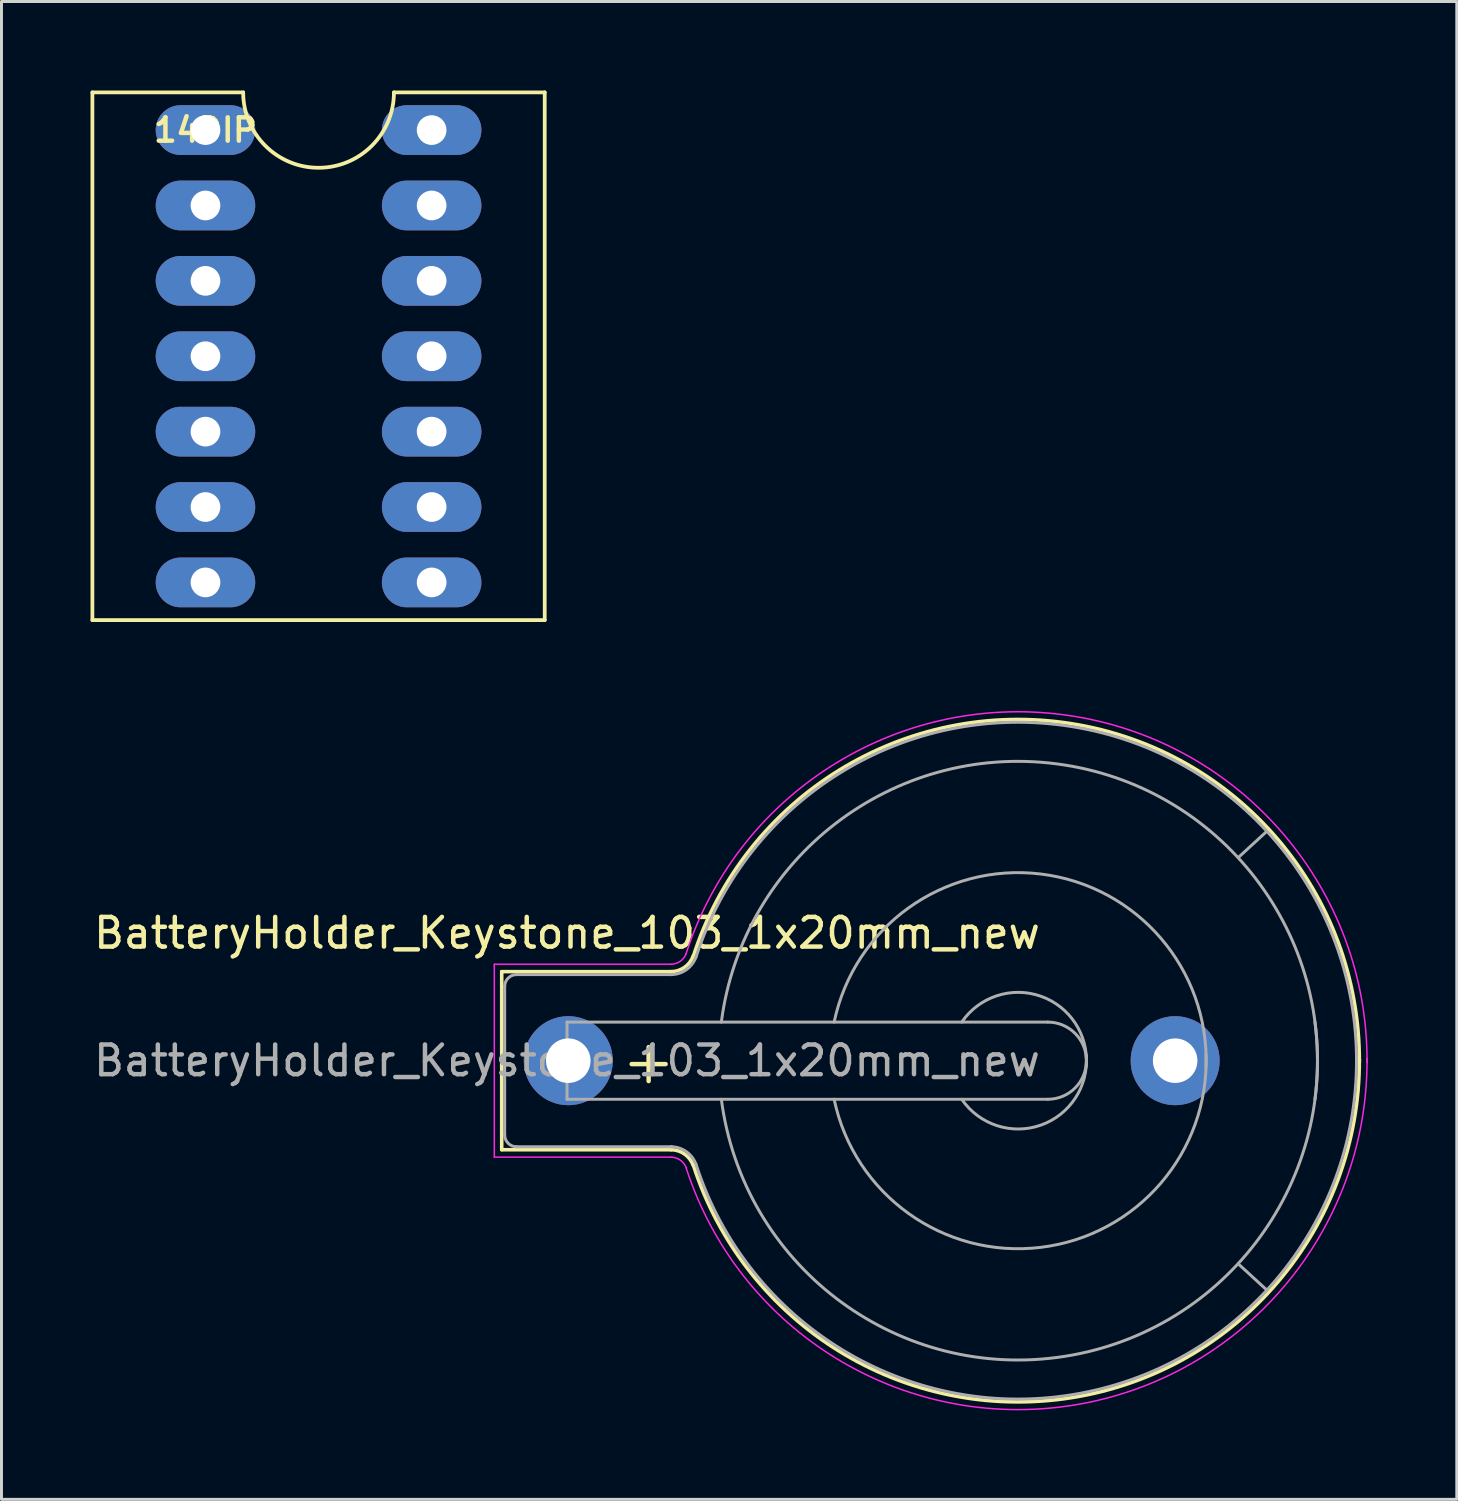
<source format=kicad_pcb>
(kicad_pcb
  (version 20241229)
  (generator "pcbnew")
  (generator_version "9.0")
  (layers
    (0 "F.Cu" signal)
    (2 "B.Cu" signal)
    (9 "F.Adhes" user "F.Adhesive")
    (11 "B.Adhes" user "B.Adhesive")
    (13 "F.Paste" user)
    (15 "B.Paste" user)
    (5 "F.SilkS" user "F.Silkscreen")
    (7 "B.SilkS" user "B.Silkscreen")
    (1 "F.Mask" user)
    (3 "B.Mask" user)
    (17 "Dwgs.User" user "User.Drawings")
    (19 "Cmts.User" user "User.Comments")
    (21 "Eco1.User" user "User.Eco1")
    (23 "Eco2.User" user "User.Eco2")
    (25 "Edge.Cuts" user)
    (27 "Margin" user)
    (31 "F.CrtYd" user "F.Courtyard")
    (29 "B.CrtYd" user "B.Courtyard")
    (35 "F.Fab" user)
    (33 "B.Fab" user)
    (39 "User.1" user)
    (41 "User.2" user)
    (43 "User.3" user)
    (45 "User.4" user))
  (footprint "14DIP"
    (layer "F.Cu")
    (at 3.873 1.333)
    (property "Reference" "14DIP" (at 0 0 0) (layer "F.SilkS") (effects (font (size 0.787 0.787) (thickness 0.15))))
    (attr through_hole)
    (fp_line (start -3.81 -1.27) (end -3.81 16.51) (stroke (width 0.127) (type solid)) (layer "F.SilkS"))
    (fp_line (start -3.81 16.51) (end 11.43 16.51) (stroke (width 0.127) (type solid)) (layer "F.SilkS"))
    (fp_line (start 1.27 -1.27) (end -3.81 -1.27) (stroke (width 0.127) (type solid)) (layer "F.SilkS"))
    (fp_line (start 11.43 -1.27) (end 6.35 -1.27) (stroke (width 0.127) (type solid)) (layer "F.SilkS"))
    (fp_line (start 11.43 16.51) (end 11.43 -1.27) (stroke (width 0.127) (type solid)) (layer "F.SilkS"))
    (fp_arc (start 6.35 -1.27) (mid 3.81 1.27) (end 1.27 -1.27) (stroke (width 0.127) (type solid)) (layer "F.SilkS"))
    (pad "1" thru_hole oval (at 0 0) (size 3.353 1.676) (drill 1) (layers "*.Cu" "*.Mask"))
    (pad "2" thru_hole oval (at 0 2.54) (size 3.353 1.676) (drill 1) (layers "*.Cu" "*.Mask"))
    (pad "3" thru_hole oval (at 0 5.08) (size 3.353 1.676) (drill 1) (layers "*.Cu" "*.Mask"))
    (pad "4" thru_hole oval (at 0 7.62) (size 3.353 1.676) (drill 1) (layers "*.Cu" "*.Mask"))
    (pad "5" thru_hole oval (at 0 10.16) (size 3.353 1.676) (drill 1) (layers "*.Cu" "*.Mask"))
    (pad "6" thru_hole oval (at 0 12.7) (size 3.353 1.676) (drill 1) (layers "*.Cu" "*.Mask"))
    (pad "7" thru_hole oval (at 0 15.24) (size 3.353 1.676) (drill 1) (layers "*.Cu" "*.Mask"))
    (pad "8" thru_hole oval (at 7.62 15.24) (size 3.353 1.676) (drill 1) (layers "*.Cu" "*.Mask"))
    (pad "9" thru_hole oval (at 7.62 12.7) (size 3.353 1.676) (drill 1) (layers "*.Cu" "*.Mask"))
    (pad "10" thru_hole oval (at 7.62 10.16) (size 3.353 1.676) (drill 1) (layers "*.Cu" "*.Mask"))
    (pad "11" thru_hole oval (at 7.62 7.62) (size 3.353 1.676) (drill 1) (layers "*.Cu" "*.Mask"))
    (pad "12" thru_hole oval (at 7.62 5.08) (size 3.353 1.676) (drill 1) (layers "*.Cu" "*.Mask"))
    (pad "13" thru_hole oval (at 7.62 2.54) (size 3.353 1.676) (drill 1) (layers "*.Cu" "*.Mask"))
    (pad "14" thru_hole oval (at 7.62 0) (size 3.353 1.676) (drill 1) (layers "*.Cu" "*.Mask")))
  (footprint "BatteryHolder_Keystone_103_1x20mm_new"
    (layer "F.Cu")
    (at 16.054 32.687)
    (property "Reference" "BatteryHolder_Keystone_103_1x20mm_new" (at 0 -4.3 0) (layer "F.SilkS") (effects (font (size 1 1) (thickness 0.15))))
    (attr through_hole)
    (fp_line (start -2.2 -3) (end 3.5 -3) (stroke (width 0.12) (type solid)) (layer "F.SilkS"))
    (fp_line (start -2.2 3) (end -2.2 -3) (stroke (width 0.12) (type solid)) (layer "F.SilkS"))
    (fp_line (start -2.2 3) (end 3.5 3) (stroke (width 0.12) (type solid)) (layer "F.SilkS"))
    (fp_arc (start 3.5 3) (mid 3.958861 3.144678) (end 4.251754 3.526384) (stroke (width 0.12) (type solid)) (layer "F.SilkS"))
    (fp_arc (start 4.25 -3.5) (mid 16.993514 -11.35499) (end 26.695671 0.045281) (stroke (width 0.12) (type solid)) (layer "F.SilkS"))
    (fp_arc (start 4.251754 -3.526384) (mid 3.958861 -3.144678) (end 3.5 -3) (stroke (width 0.12) (type solid)) (layer "F.SilkS"))
    (fp_arc (start 26.695671 -0.045281) (mid 16.993514 11.35499) (end 4.25 3.5) (stroke (width 0.12) (type solid)) (layer "F.SilkS"))
    (fp_line (start -2.45 -3.25) (end 3.5 -3.25) (stroke (width 0.05) (type solid)) (layer "F.CrtYd"))
    (fp_line (start -2.45 3.25) (end -2.45 -3.25) (stroke (width 0.05) (type solid)) (layer "F.CrtYd"))
    (fp_line (start -2.45 3.25) (end 3.5 3.25) (stroke (width 0.05) (type solid)) (layer "F.CrtYd"))
    (fp_arc (start 3.5 3.25) (mid 3.815467 3.349466) (end 4.016831 3.611889) (stroke (width 0.05) (type solid)) (layer "F.CrtYd"))
    (fp_arc (start 4.01 -3.6) (mid 17.055841 -11.60741) (end 26.954634 0.068483) (stroke (width 0.05) (type solid)) (layer "F.CrtYd"))
    (fp_arc (start 4.016831 -3.611889) (mid 3.815467 -3.349466) (end 3.5 -3.25) (stroke (width 0.05) (type solid)) (layer "F.CrtYd"))
    (fp_arc (start 26.954634 -0.068483) (mid 17.055841 11.60741) (end 4.01 3.6) (stroke (width 0.05) (type solid)) (layer "F.CrtYd"))
    (fp_line (start -2.1 -2.5) (end -2.1 2.5) (stroke (width 0.1) (type solid)) (layer "F.Fab"))
    (fp_line (start -1.7 2.9) (end 3.531 2.9) (stroke (width 0.1) (type solid)) (layer "F.Fab"))
    (fp_line (start 0 -1.3) (end 0 1.3) (stroke (width 0.1) (type solid)) (layer "F.Fab"))
    (fp_line (start 0 1.3) (end 16.2 1.3) (stroke (width 0.1) (type solid)) (layer "F.Fab"))
    (fp_line (start 3.531 -2.9) (end -1.7 -2.9) (stroke (width 0.1) (type solid)) (layer "F.Fab"))
    (fp_line (start 16.2 -1.3) (end 0 -1.3) (stroke (width 0.1) (type solid)) (layer "F.Fab"))
    (fp_line (start 23.571 -7.722) (end 22.631 -6.858) (stroke (width 0.1) (type solid)) (layer "F.Fab"))
    (fp_line (start 23.571 7.722) (end 22.657 6.883) (stroke (width 0.1) (type solid)) (layer "F.Fab"))
    (fp_arc (start -2.1 -2.5) (mid -1.982843 -2.782843) (end -1.7 -2.9) (stroke (width 0.1) (type solid)) (layer "F.Fab"))
    (fp_arc (start -1.7 2.9) (mid -1.982843 2.782843) (end -2.1 2.5) (stroke (width 0.1) (type solid)) (layer "F.Fab"))
    (fp_arc (start 3.5 2.9) (mid 4.016219 3.062763) (end 4.345723 3.492182) (stroke (width 0.1) (type solid)) (layer "F.Fab"))
    (fp_arc (start 4.345723 -3.492182) (mid 4.016219 -3.062763) (end 3.5 -2.9) (stroke (width 0.1) (type solid)) (layer "F.Fab"))
    (fp_arc (start 4.35 -3.5) (mid 17.008726 -11.256154) (end 26.600299 0.075351) (stroke (width 0.1) (type solid)) (layer "F.Fab"))
    (fp_arc (start 5.2 -1.3) (mid 16.5 -10) (end 25.2 1.3) (stroke (width 0.1) (type solid)) (layer "F.Fab"))
    (fp_arc (start 9 -1.3) (mid 15.954687 -6.28971) (end 21.531551 0.203631) (stroke (width 0.1) (type solid)) (layer "F.Fab"))
    (fp_arc (start 13.3 -1.3) (mid 15.963947 -2.171724) (end 17.495448 0.175833) (stroke (width 0.1) (type solid)) (layer "F.Fab"))
    (fp_arc (start 16.2 -1.3) (mid 17.5 0) (end 16.2 1.3) (stroke (width 0.1) (type solid)) (layer "F.Fab"))
    (fp_arc (start 17.495448 -0.175833) (mid 15.963947 2.171724) (end 13.3 1.3) (stroke (width 0.1) (type solid)) (layer "F.Fab"))
    (fp_arc (start 21.531551 -0.203631) (mid 15.954687 6.28971) (end 9 1.3) (stroke (width 0.1) (type solid)) (layer "F.Fab"))
    (fp_arc (start 25.2 -1.3) (mid 16.5 10) (end 5.2 1.3) (stroke (width 0.1) (type solid)) (layer "F.Fab"))
    (fp_arc (start 26.600299 -0.075351) (mid 17.008726 11.256154) (end 4.35 3.5) (stroke (width 0.1) (type solid)) (layer "F.Fab"))
    (fp_text user "+" (at 2.75 0 0) (layer "F.SilkS") (effects (font (size 1.5 1.5) (thickness 0.15))))
    (fp_text user "${REFERENCE}" (at 0 0 0) (layer "F.Fab") (effects (font (size 1 1) (thickness 0.15))))
    (pad "1" thru_hole circle (at 0.043 0) (size 3 3) (drill 1.5) (layers "*.Cu" "*.Mask"))
    (pad "2" thru_hole circle (at 20.49 0) (size 3 3) (drill 1.5) (layers "*.Cu" "*.Mask")))
  (gr_rect
    (start -3 -3)
    (end 46.033 47.467)
    (stroke (width 0.1) (type default))
    (fill no)
    (layer "Edge.Cuts")))
</source>
